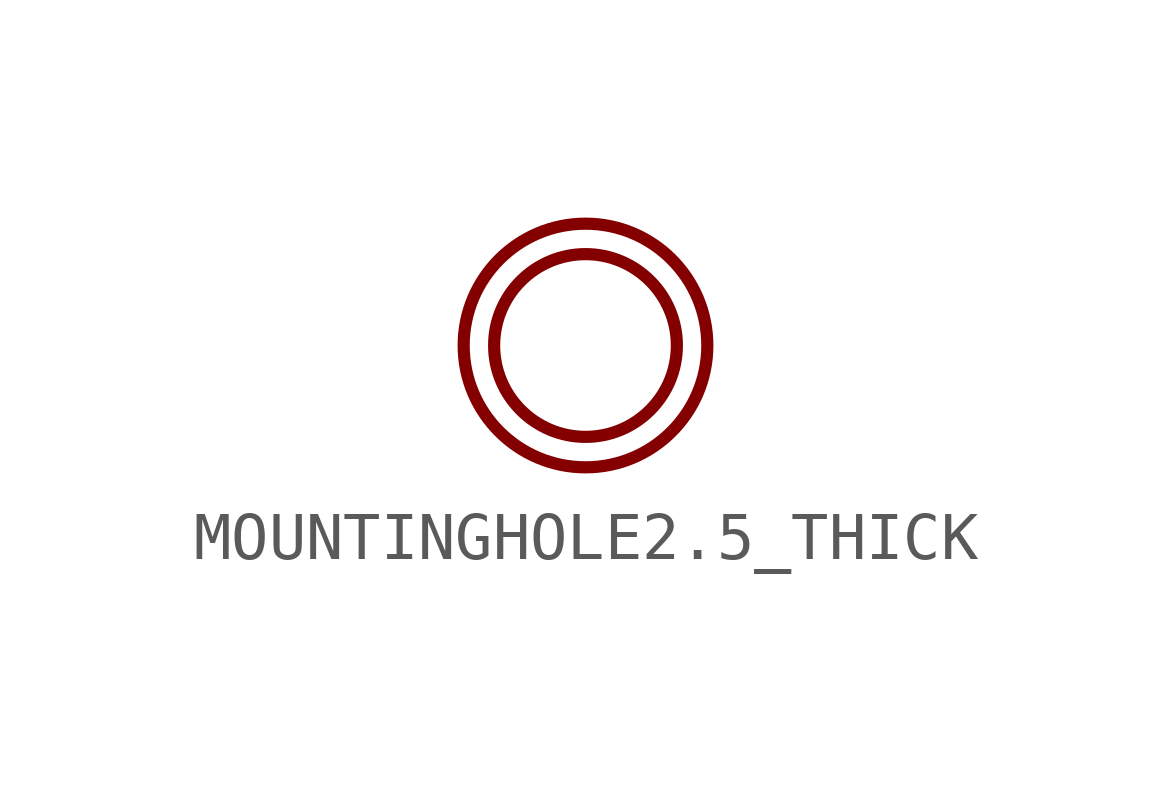
<source format=kicad_sym>
(kicad_symbol_lib
  (version 20211014)
  (generator kicad_symbol_editor)
  (symbol "MOUNTINGHOLE2.5_THICK"
    (property "Reference" ""
      (at 0 0 0)
      (effects (font (size 1.27 1.27)) hide))
    (property "ki_locked" ""
      (at 0 0 0)
      (effects (font (size 1.27 1.27))))
    (symbol "MOUNTINGHOLE2.5_THICK_1_0"
      (circle (center 0 0) (radius 1.905) (stroke (width 0.254)) (stroke (width 0.254) (type default) (color 0 0 0 0)) (fill (type none)))
      (circle (center 0 0) (radius 2.54) (stroke (width 0.254)) (stroke (width 0.254) (type default) (color 0 0 0 0)) (fill (type none))))))
</source>
